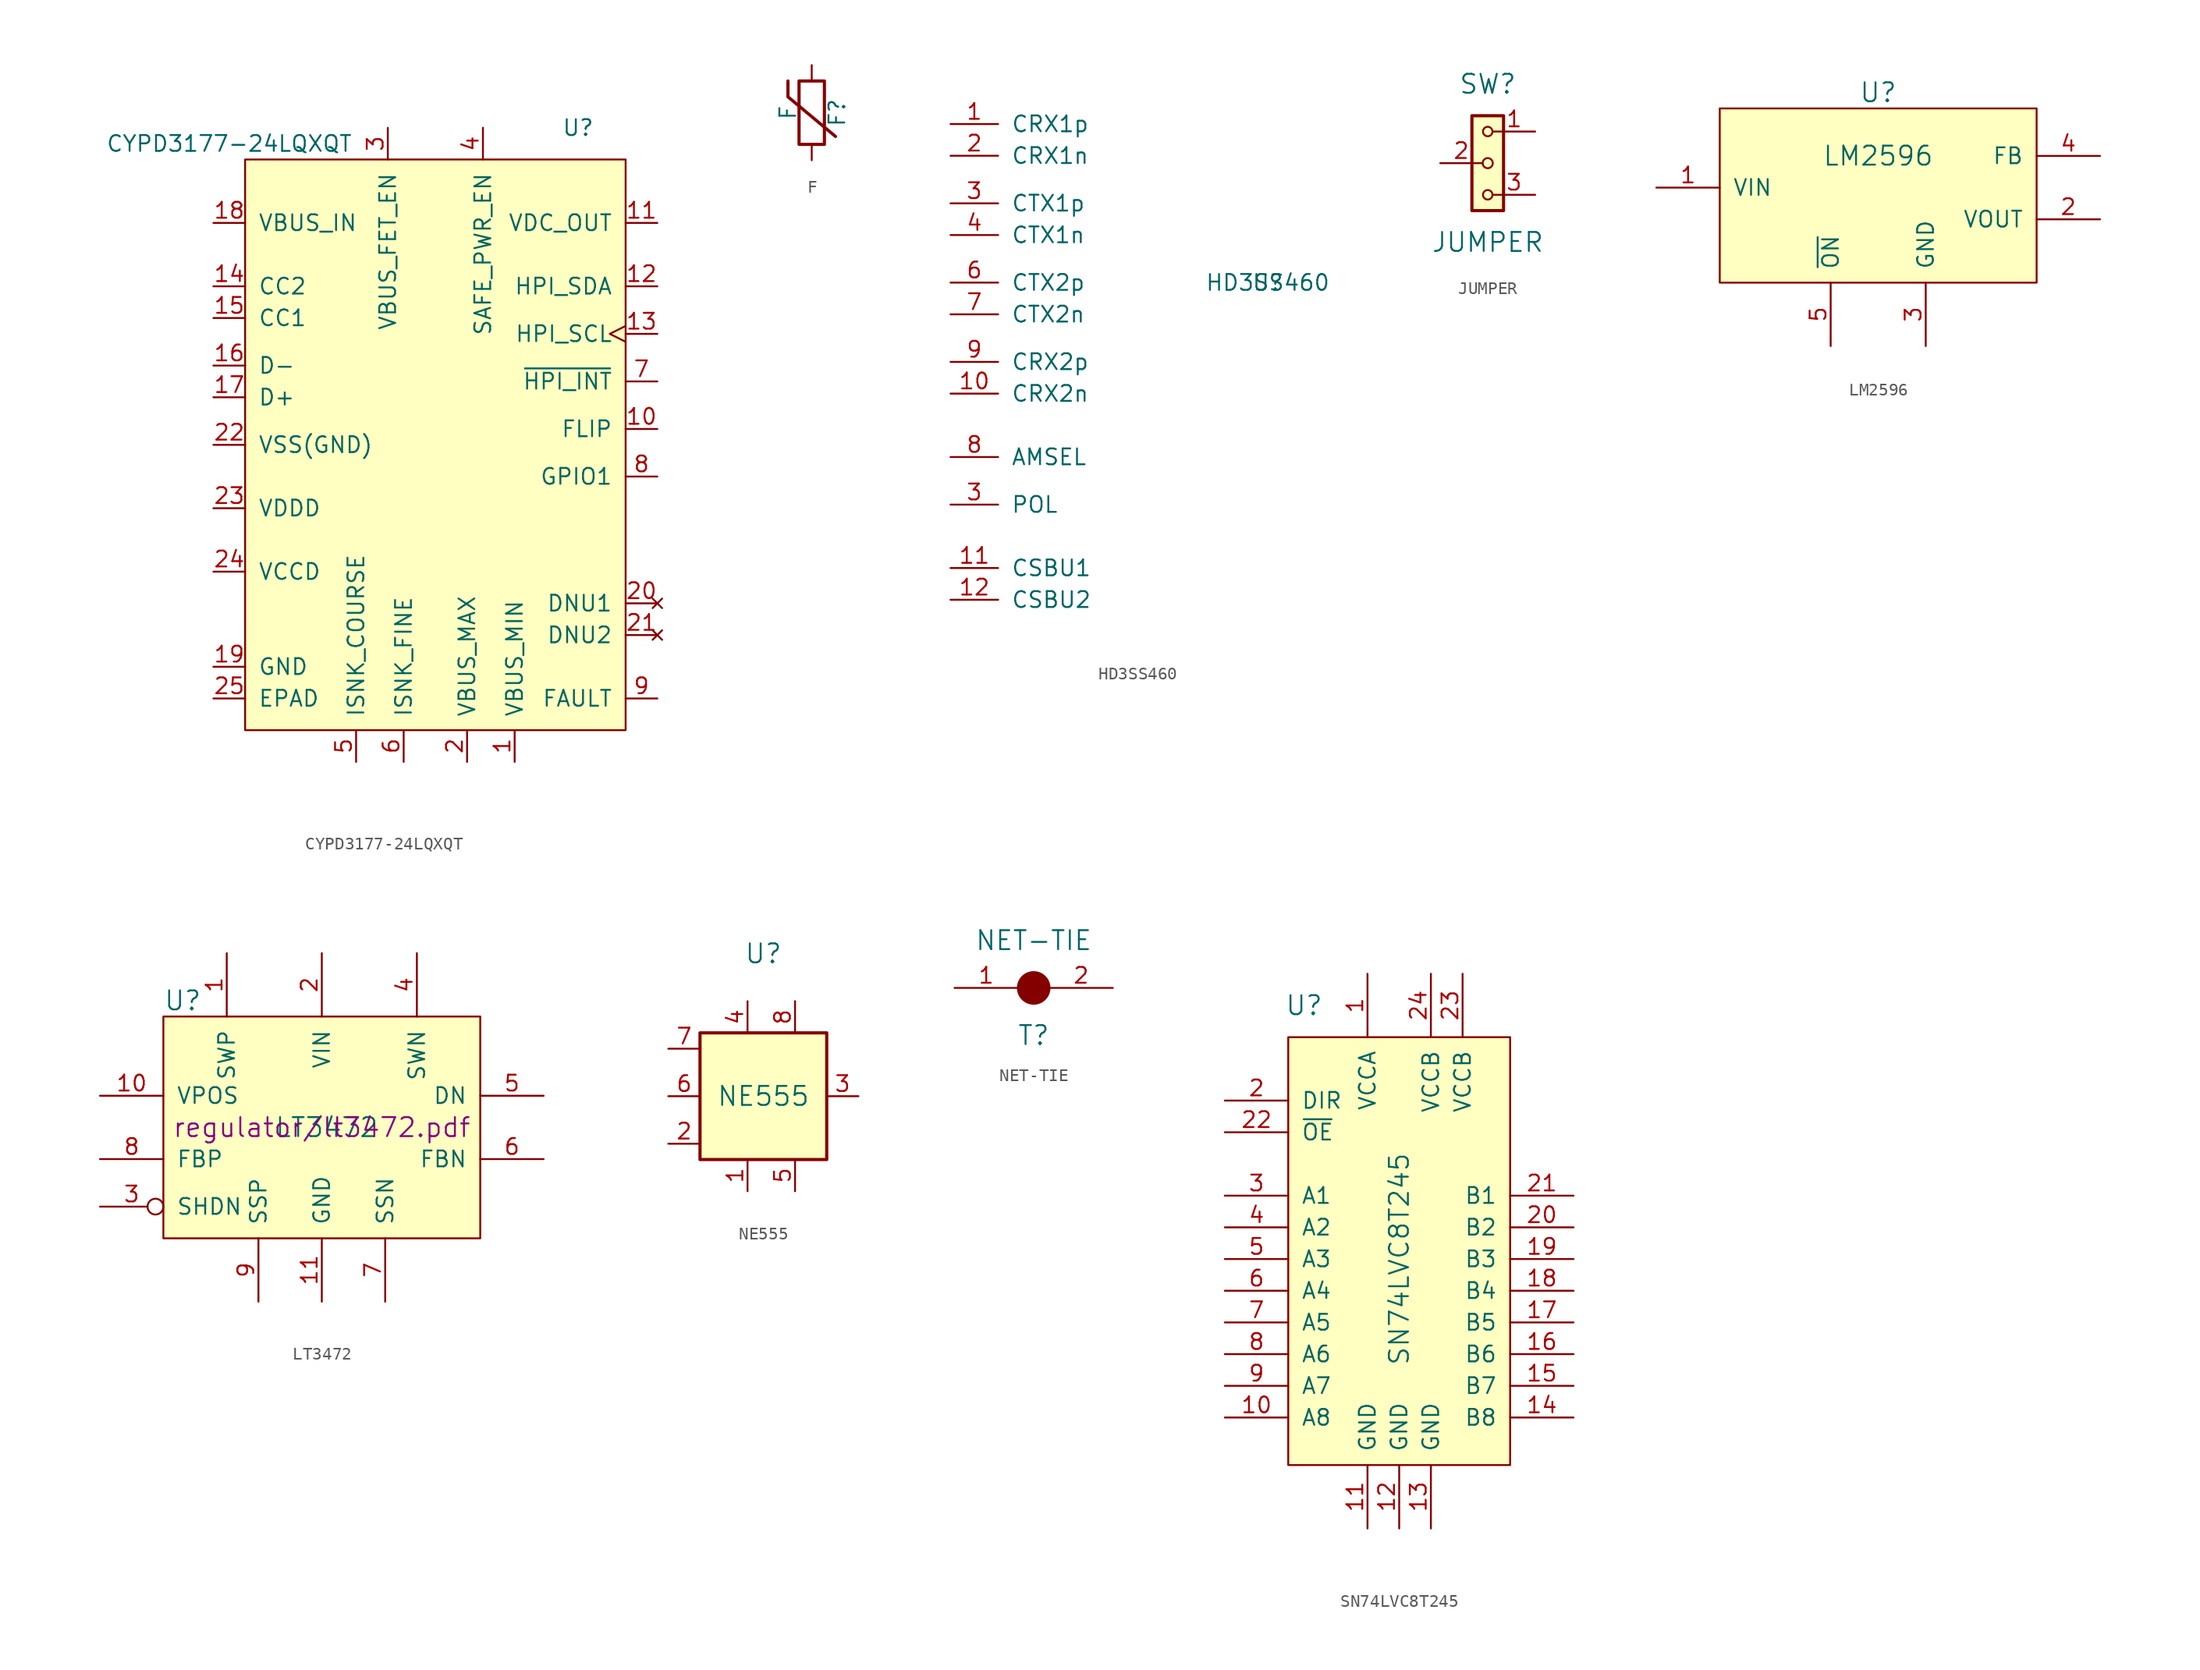
<source format=kicad_sym>
(kicad_symbol_lib
  (version 20231120)
  (generator "kicad_symbol_editor")
  (generator_version "8.0")
  (symbol "CYPD3177-24LQXQT"
    (pin_names
      (offset 1.016))
    (property "Reference" "U"
      (at 11.43 26.67 0)
      (effects (font (size 1.27 1.27))))
    (property "Value" "CYPD3177-24LQXQT"
      (at -16.51 25.4 0)
      (effects (font (size 1.27 1.27))))
    (symbol "CYPD3177-24LQXQT_0_1"
      (rectangle (start -15.24 24.13) (end 15.24 -21.59) (stroke (width 0) (type default)) (fill (type background))))
    (symbol "CYPD3177-24LQXQT_1_1"
      (pin passive line (at 6.35 -24.13 90) (length 2.54) (name "VBUS_MIN" (effects (font (size 1.27 1.27)))) (number "1" (effects (font (size 1.27 1.27)))))
      (pin open_emitter line (at 17.78 2.54 180) (length 2.54) (name "FLIP" (effects (font (size 1.27 1.27)))) (number "10" (effects (font (size 1.27 1.27)))))
      (pin input line (at 17.78 19.05 180) (length 2.54) (name "VDC_OUT" (effects (font (size 1.27 1.27)))) (number "11" (effects (font (size 1.27 1.27)))))
      (pin bidirectional line (at 17.78 13.97 180) (length 2.54) (name "HPI_SDA" (effects (font (size 1.27 1.27)))) (number "12" (effects (font (size 1.27 1.27)))))
      (pin input clock (at 17.78 10.16 180) (length 2.54) (name "HPI_SCL" (effects (font (size 1.27 1.27)))) (number "13" (effects (font (size 1.27 1.27)))))
      (pin input line (at -17.78 13.97 0) (length 2.54) (name "CC2" (effects (font (size 1.27 1.27)))) (number "14" (effects (font (size 1.27 1.27)))))
      (pin input line (at -17.78 11.43 0) (length 2.54) (name "CC1" (effects (font (size 1.27 1.27)))) (number "15" (effects (font (size 1.27 1.27)))))
      (pin bidirectional line (at -17.78 7.62 0) (length 2.54) (name "D-" (effects (font (size 1.27 1.27)))) (number "16" (effects (font (size 1.27 1.27)))))
      (pin bidirectional line (at -17.78 5.08 0) (length 2.54) (name "D+" (effects (font (size 1.27 1.27)))) (number "17" (effects (font (size 1.27 1.27)))))
      (pin power_in line (at -17.78 19.05 0) (length 2.54) (name "VBUS_IN" (effects (font (size 1.27 1.27)))) (number "18" (effects (font (size 1.27 1.27)))))
      (pin power_in line (at -17.78 -16.51 0) (length 2.54) (name "GND" (effects (font (size 1.27 1.27)))) (number "19" (effects (font (size 1.27 1.27)))))
      (pin passive line (at 2.54 -24.13 90) (length 2.54) (name "VBUS_MAX" (effects (font (size 1.27 1.27)))) (number "2" (effects (font (size 1.27 1.27)))))
      (pin no_connect line (at 17.78 -11.43 180) (length 2.54) (name "DNU1" (effects (font (size 1.27 1.27)))) (number "20" (effects (font (size 1.27 1.27)))))
      (pin no_connect line (at 17.78 -13.97 180) (length 2.54) (name "DNU2" (effects (font (size 1.27 1.27)))) (number "21" (effects (font (size 1.27 1.27)))))
      (pin power_in line (at -17.78 1.27 0) (length 2.54) (name "VSS(GND)" (effects (font (size 1.27 1.27)))) (number "22" (effects (font (size 1.27 1.27)))))
      (pin output line (at -17.78 -3.81 0) (length 2.54) (name "VDDD" (effects (font (size 1.27 1.27)))) (number "23" (effects (font (size 1.27 1.27)))))
      (pin output line (at -17.78 -8.89 0) (length 2.54) (name "VCCD" (effects (font (size 1.27 1.27)))) (number "24" (effects (font (size 1.27 1.27)))))
      (pin power_in line (at -17.78 -19.05 0) (length 2.54) (name "EPAD" (effects (font (size 1.27 1.27)))) (number "25" (effects (font (size 1.27 1.27)))))
      (pin output line (at -3.81 26.67 270) (length 2.54) (name "VBUS_FET_EN" (effects (font (size 1.27 1.27)))) (number "3" (effects (font (size 1.27 1.27)))))
      (pin output line (at 3.81 26.67 270) (length 2.54) (name "SAFE_PWR_EN" (effects (font (size 1.27 1.27)))) (number "4" (effects (font (size 1.27 1.27)))))
      (pin passive line (at -6.35 -24.13 90) (length 2.54) (name "ISNK_COURSE" (effects (font (size 1.27 1.27)))) (number "5" (effects (font (size 1.27 1.27)))))
      (pin passive line (at -2.54 -24.13 90) (length 2.54) (name "ISNK_FINE" (effects (font (size 1.27 1.27)))) (number "6" (effects (font (size 1.27 1.27)))))
      (pin tri_state line (at 17.78 6.35 180) (length 2.54) (name "~{HPI_INT}" (effects (font (size 1.27 1.27)))) (number "7" (effects (font (size 1.27 1.27)))))
      (pin tri_state line (at 17.78 -1.27 180) (length 2.54) (name "GPIO1" (effects (font (size 1.27 1.27)))) (number "8" (effects (font (size 1.27 1.27)))))
      (pin input line (at 17.78 -19.05 180) (length 2.54) (name "FAULT" (effects (font (size 1.27 1.27)))) (number "9" (effects (font (size 1.27 1.27)))))))
  (symbol "F"
    (pin_numbers hide)
    (pin_names
      (offset 0))
    (property "Reference" "F"
      (at 2.032 0 90)
      (effects (font (size 1.27 1.27))))
    (property "Value" "F"
      (at -1.905 0 90)
      (effects (font (size 1.27 1.27))))
    (property "Footprint" ""
      (at -1.778 0 90)
      (effects (font (size 1.27 1.27))))
    (property "Datasheet" ""
      (at 0 0 0)
      (effects (font (size 1.27 1.27))))
    (symbol "F_0_1"
      (rectangle (start -1.016 -2.54) (end 1.016 2.54) (stroke (width 0.254) (type default)) (fill (type none)))
      (polyline (pts (xy 1.905 -1.905) (xy -1.905 1.27) (xy -1.905 2.54)) (stroke (width 0.254) (type default)) (fill (type none))))
    (symbol "F_1_1"
      (pin passive line (at 0 3.81 270) (length 1.27) (name "~" (effects (font (size 1.27 1.27)))) (number "1" (effects (font (size 1.27 1.27)))))
      (pin passive line (at 0 -3.81 90) (length 1.27) (name "~" (effects (font (size 1.27 1.27)))) (number "2" (effects (font (size 1.27 1.27)))))))
  (symbol "HD3SS460"
    (pin_names
      (offset 1.016))
    (property "Reference" "U"
      (at 0 0 0)
      (effects (font (size 1.27 1.27))))
    (property "Value" "HD3SS460"
      (at 0 0 0)
      (effects (font (size 1.27 1.27))))
    (symbol "HD3SS460_1_1"
      (pin bidirectional line (at -25.4 12.7 0) (length 3.81) (name "CRX1p" (effects (font (size 1.27 1.27)))) (number "1" (effects (font (size 1.27 1.27)))))
      (pin bidirectional line (at -25.4 -8.89 0) (length 3.81) (name "CRX2n" (effects (font (size 1.27 1.27)))) (number "10" (effects (font (size 1.27 1.27)))))
      (pin bidirectional line (at -25.4 -22.86 0) (length 3.81) (name "CSBU1" (effects (font (size 1.27 1.27)))) (number "11" (effects (font (size 1.27 1.27)))))
      (pin bidirectional line (at -25.4 -25.4 0) (length 3.81) (name "CSBU2" (effects (font (size 1.27 1.27)))) (number "12" (effects (font (size 1.27 1.27)))))
      (pin bidirectional line (at -25.4 10.16 0) (length 3.81) (name "CRX1n" (effects (font (size 1.27 1.27)))) (number "2" (effects (font (size 1.27 1.27)))))
      (pin bidirectional line (at -25.4 6.35 0) (length 3.81) (name "CTX1p" (effects (font (size 1.27 1.27)))) (number "3" (effects (font (size 1.27 1.27)))))
      (pin input line (at -25.4 -17.78 0) (length 3.81) (name "POL" (effects (font (size 1.27 1.27)))) (number "3" (effects (font (size 1.27 1.27)))))
      (pin bidirectional line (at -25.4 3.81 0) (length 3.81) (name "CTX1n" (effects (font (size 1.27 1.27)))) (number "4" (effects (font (size 1.27 1.27)))))
      (pin bidirectional line (at -25.4 0 0) (length 3.81) (name "CTX2p" (effects (font (size 1.27 1.27)))) (number "6" (effects (font (size 1.27 1.27)))))
      (pin bidirectional line (at -25.4 -2.54 0) (length 3.81) (name "CTX2n" (effects (font (size 1.27 1.27)))) (number "7" (effects (font (size 1.27 1.27)))))
      (pin passive line (at -25.4 -13.97 0) (length 3.81) (name "AMSEL" (effects (font (size 1.27 1.27)))) (number "8" (effects (font (size 1.27 1.27)))))
      (pin bidirectional line (at -25.4 -6.35 0) (length 3.81) (name "CRX2p" (effects (font (size 1.27 1.27)))) (number "9" (effects (font (size 1.27 1.27)))))))
  (symbol "JUMPER"
    (pin_names
      (offset 1.016))
    (property "Reference" "SW"
      (at 0 6.35 0)
      (effects (font (size 1.524 1.524))))
    (property "Value" "JUMPER"
      (at 0 -6.35 0)
      (effects (font (size 1.524 1.524))))
    (property "Footprint" ""
      (at 0 0 0)
      (effects (font (size 1.524 1.524))))
    (property "Datasheet" ""
      (at 0 0 0)
      (effects (font (size 1.524 1.524))))
    (symbol "JUMPER_0_1"
      (rectangle (start -1.27 3.81) (end 1.27 -3.81) (stroke (width 0.254) (type default)) (fill (type background)))
      (circle (center 0 -2.54) (radius 0.381) (stroke (width 0) (type default)) (fill (type none)))
      (circle (center 0 0) (radius 0.406) (stroke (width 0) (type default)) (fill (type none)))
      (circle (center 0 2.54) (radius 0.381) (stroke (width 0) (type default)) (fill (type none))))
    (symbol "JUMPER_1_1"
      (pin passive line (at 3.81 2.54 180) (length 3.378) (name "~" (effects (font (size 1.27 1.27)))) (number "1" (effects (font (size 1.27 1.27)))))
      (pin passive line (at -3.81 0 0) (length 3.378) (name "~" (effects (font (size 1.27 1.27)))) (number "2" (effects (font (size 1.27 1.27)))))
      (pin passive line (at 3.81 -2.54 180) (length 3.378) (name "~" (effects (font (size 1.27 1.27)))) (number "3" (effects (font (size 1.27 1.27)))))))
  (symbol "LM2596"
    (pin_names
      (offset 1.016))
    (property "Reference" "U"
      (at 0 7.62 0)
      (effects (font (size 1.524 1.524))))
    (property "Value" "LM2596"
      (at 0 2.54 0)
      (effects (font (size 1.524 1.524))))
    (property "Footprint" ""
      (at 0 0 0)
      (effects (font (size 1.524 1.524))))
    (property "Datasheet" ""
      (at 0 0 0)
      (effects (font (size 1.524 1.524))))
    (symbol "LM2596_0_1"
      (rectangle (start -12.7 6.35) (end 12.7 -7.62) (stroke (width 0) (type default)) (fill (type background))))
    (symbol "LM2596_1_1"
      (pin input line (at -17.78 0 0) (length 5.08) (name "VIN" (effects (font (size 1.27 1.27)))) (number "1" (effects (font (size 1.27 1.27)))))
      (pin input line (at 17.78 -2.54 180) (length 5.08) (name "VOUT" (effects (font (size 1.27 1.27)))) (number "2" (effects (font (size 1.27 1.27)))))
      (pin input line (at 3.81 -12.7 90) (length 5.08) (name "GND" (effects (font (size 1.27 1.27)))) (number "3" (effects (font (size 1.27 1.27)))))
      (pin input line (at 17.78 2.54 180) (length 5.08) (name "FB" (effects (font (size 1.27 1.27)))) (number "4" (effects (font (size 1.27 1.27)))))
      (pin input line (at -3.81 -12.7 90) (length 5.08) (name "~{ON}" (effects (font (size 1.27 1.27)))) (number "5" (effects (font (size 1.27 1.27)))))))
  (symbol "LT3472"
    (pin_names
      (offset 1.016))
    (property "Reference" "U"
      (at -12.7 10.16 0)
      (effects (font (size 1.524 1.524)) (justify left)))
    (property "Value" "LT3472"
      (at -3.81 0 0)
      (effects (font (size 1.524 1.524)) (justify left)))
    (property "Footprint" ""
      (at 0 0 0)
      (effects (font (size 1.524 1.524))))
    (property "Datasheet" "regulator/lt3472.pdf"
      (at 0 0 0)
      (effects (font (size 1.524 1.524))))
    (symbol "LT3472_0_1"
      (rectangle (start -12.7 8.89) (end 12.7 -8.89) (stroke (width 0) (type default)) (fill (type background))))
    (symbol "LT3472_1_1"
      (pin input line (at -7.62 13.97 270) (length 5.08) (name "SWP" (effects (font (size 1.27 1.27)))) (number "1" (effects (font (size 1.27 1.27)))))
      (pin output line (at -17.78 2.54 0) (length 5.08) (name "VPOS" (effects (font (size 1.27 1.27)))) (number "10" (effects (font (size 1.27 1.27)))))
      (pin power_in line (at 0 -13.97 90) (length 5.08) (name "GND" (effects (font (size 1.27 1.27)))) (number "11" (effects (font (size 1.27 1.27)))))
      (pin power_in line (at 0 13.97 270) (length 5.08) (name "VIN" (effects (font (size 1.27 1.27)))) (number "2" (effects (font (size 1.27 1.27)))))
      (pin input inverted (at -17.78 -6.35 0) (length 5.08) (name "SHDN" (effects (font (size 1.27 1.27)))) (number "3" (effects (font (size 1.27 1.27)))))
      (pin input line (at 7.62 13.97 270) (length 5.08) (name "SWN" (effects (font (size 1.27 1.27)))) (number "4" (effects (font (size 1.27 1.27)))))
      (pin input line (at 17.78 2.54 180) (length 5.08) (name "DN" (effects (font (size 1.27 1.27)))) (number "5" (effects (font (size 1.27 1.27)))))
      (pin input line (at 17.78 -2.54 180) (length 5.08) (name "FBN" (effects (font (size 1.27 1.27)))) (number "6" (effects (font (size 1.27 1.27)))))
      (pin input line (at 5.08 -13.97 90) (length 5.08) (name "SSN" (effects (font (size 1.27 1.27)))) (number "7" (effects (font (size 1.27 1.27)))))
      (pin input line (at -17.78 -2.54 0) (length 5.08) (name "FBP" (effects (font (size 1.27 1.27)))) (number "8" (effects (font (size 1.27 1.27)))))
      (pin input line (at -5.08 -13.97 90) (length 5.08) (name "SSP" (effects (font (size 1.27 1.27)))) (number "9" (effects (font (size 1.27 1.27)))))))
  (symbol "NE555"
    (pin_names
      (offset 1.016))
    (property "Reference" "U"
      (at 0 11.43 0)
      (effects (font (size 1.524 1.524))))
    (property "Value" "NE555"
      (at 0 0 0)
      (effects (font (size 1.524 1.524))))
    (property "Footprint" ""
      (at 1.27 0 0)
      (effects (font (size 1.524 1.524))))
    (property "Datasheet" ""
      (at 1.27 0 0)
      (effects (font (size 1.524 1.524))))
    (symbol "NE555_0_1"
      (rectangle (start -5.08 5.08) (end 5.08 -5.08) (stroke (width 0.254) (type default)) (fill (type background))))
    (symbol "NE555_1_1"
      (pin input line (at -1.27 -7.62 90) (length 2.54) (name "~" (effects (font (size 1.27 1.27)))) (number "1" (effects (font (size 1.27 1.27)))))
      (pin input line (at -7.62 -3.81 0) (length 2.54) (name "~" (effects (font (size 1.27 1.27)))) (number "2" (effects (font (size 1.27 1.27)))))
      (pin input line (at 7.62 0 180) (length 2.54) (name "~" (effects (font (size 1.27 1.27)))) (number "3" (effects (font (size 1.27 1.27)))))
      (pin input line (at -1.27 7.62 270) (length 2.54) (name "~" (effects (font (size 1.27 1.27)))) (number "4" (effects (font (size 1.27 1.27)))))
      (pin input line (at 2.54 -7.62 90) (length 2.54) (name "~" (effects (font (size 1.27 1.27)))) (number "5" (effects (font (size 1.27 1.27)))))
      (pin input line (at -7.62 0 0) (length 2.54) (name "~" (effects (font (size 1.27 1.27)))) (number "6" (effects (font (size 1.27 1.27)))))
      (pin input line (at -7.62 3.81 0) (length 2.54) (name "~" (effects (font (size 1.27 1.27)))) (number "7" (effects (font (size 1.27 1.27)))))
      (pin input line (at 2.54 7.62 270) (length 2.54) (name "~" (effects (font (size 1.27 1.27)))) (number "8" (effects (font (size 1.27 1.27)))))))
  (symbol "NET-TIE"
    (pin_names
      (offset 1.016))
    (property "Reference" "T"
      (at 0 -3.81 0)
      (effects (font (size 1.524 1.524))))
    (property "Value" "NET-TIE"
      (at 0 3.81 0)
      (effects (font (size 1.524 1.524))))
    (property "Footprint" ""
      (at 0 3.81 0)
      (effects (font (size 1.524 1.524))))
    (property "Datasheet" ""
      (at 0 3.81 0)
      (effects (font (size 1.524 1.524))))
    (symbol "NET-TIE_0_1"
      (circle (center 0 0) (radius 1.27) (stroke (width 0) (type default)) (fill (type outline))))
    (symbol "NET-TIE_1_1"
      (pin input line (at -6.35 0 0) (length 5.08) (name "~" (effects (font (size 1.27 1.27)))) (number "1" (effects (font (size 1.27 1.27)))))
      (pin input line (at 6.35 0 180) (length 5.08) (name "~" (effects (font (size 1.27 1.27)))) (number "2" (effects (font (size 1.27 1.27)))))))
  (symbol "SN74LVC8T245"
    (pin_names
      (offset 1.016))
    (property "Reference" "U"
      (at -7.62 20.32 0)
      (effects (font (size 1.524 1.524))))
    (property "Value" "SN74LVC8T245"
      (at 0 0 90)
      (effects (font (size 1.524 1.524))))
    (property "Footprint" ""
      (at 0 7.62 0)
      (effects (font (size 1.524 1.524))))
    (property "Datasheet" ""
      (at 0 7.62 0)
      (effects (font (size 1.524 1.524))))
    (symbol "SN74LVC8T245_0_1"
      (rectangle (start -8.89 17.78) (end 8.89 -16.51) (stroke (width 0) (type default)) (fill (type background))))
    (symbol "SN74LVC8T245_1_1"
      (pin power_in line (at -2.54 22.86 270) (length 5.08) (name "VCCA" (effects (font (size 1.27 1.27)))) (number "1" (effects (font (size 1.27 1.27)))))
      (pin bidirectional line (at -13.97 -12.7 0) (length 5.08) (name "A8" (effects (font (size 1.27 1.27)))) (number "10" (effects (font (size 1.27 1.27)))))
      (pin power_in line (at -2.54 -21.59 90) (length 5.08) (name "GND" (effects (font (size 1.27 1.27)))) (number "11" (effects (font (size 1.27 1.27)))))
      (pin power_in line (at 0 -21.59 90) (length 5.08) (name "GND" (effects (font (size 1.27 1.27)))) (number "12" (effects (font (size 1.27 1.27)))))
      (pin power_in line (at 2.54 -21.59 90) (length 5.08) (name "GND" (effects (font (size 1.27 1.27)))) (number "13" (effects (font (size 1.27 1.27)))))
      (pin bidirectional line (at 13.97 -12.7 180) (length 5.08) (name "B8" (effects (font (size 1.27 1.27)))) (number "14" (effects (font (size 1.27 1.27)))))
      (pin bidirectional line (at 13.97 -10.16 180) (length 5.08) (name "B7" (effects (font (size 1.27 1.27)))) (number "15" (effects (font (size 1.27 1.27)))))
      (pin bidirectional line (at 13.97 -7.62 180) (length 5.08) (name "B6" (effects (font (size 1.27 1.27)))) (number "16" (effects (font (size 1.27 1.27)))))
      (pin bidirectional line (at 13.97 -5.08 180) (length 5.08) (name "B5" (effects (font (size 1.27 1.27)))) (number "17" (effects (font (size 1.27 1.27)))))
      (pin bidirectional line (at 13.97 -2.54 180) (length 5.08) (name "B4" (effects (font (size 1.27 1.27)))) (number "18" (effects (font (size 1.27 1.27)))))
      (pin bidirectional line (at 13.97 0 180) (length 5.08) (name "B3" (effects (font (size 1.27 1.27)))) (number "19" (effects (font (size 1.27 1.27)))))
      (pin input line (at -13.97 12.7 0) (length 5.08) (name "DIR" (effects (font (size 1.27 1.27)))) (number "2" (effects (font (size 1.27 1.27)))))
      (pin bidirectional line (at 13.97 2.54 180) (length 5.08) (name "B2" (effects (font (size 1.27 1.27)))) (number "20" (effects (font (size 1.27 1.27)))))
      (pin bidirectional line (at 13.97 5.08 180) (length 5.08) (name "B1" (effects (font (size 1.27 1.27)))) (number "21" (effects (font (size 1.27 1.27)))))
      (pin input line (at -13.97 10.16 0) (length 5.08) (name "~{OE}" (effects (font (size 1.27 1.27)))) (number "22" (effects (font (size 1.27 1.27)))))
      (pin power_in line (at 5.08 22.86 270) (length 5.08) (name "VCCB" (effects (font (size 1.27 1.27)))) (number "23" (effects (font (size 1.27 1.27)))))
      (pin power_in line (at 2.54 22.86 270) (length 5.08) (name "VCCB" (effects (font (size 1.27 1.27)))) (number "24" (effects (font (size 1.27 1.27)))))
      (pin bidirectional line (at -13.97 5.08 0) (length 5.08) (name "A1" (effects (font (size 1.27 1.27)))) (number "3" (effects (font (size 1.27 1.27)))))
      (pin bidirectional line (at -13.97 2.54 0) (length 5.08) (name "A2" (effects (font (size 1.27 1.27)))) (number "4" (effects (font (size 1.27 1.27)))))
      (pin bidirectional line (at -13.97 0 0) (length 5.08) (name "A3" (effects (font (size 1.27 1.27)))) (number "5" (effects (font (size 1.27 1.27)))))
      (pin bidirectional line (at -13.97 -2.54 0) (length 5.08) (name "A4" (effects (font (size 1.27 1.27)))) (number "6" (effects (font (size 1.27 1.27)))))
      (pin bidirectional line (at -13.97 -5.08 0) (length 5.08) (name "A5" (effects (font (size 1.27 1.27)))) (number "7" (effects (font (size 1.27 1.27)))))
      (pin bidirectional line (at -13.97 -7.62 0) (length 5.08) (name "A6" (effects (font (size 1.27 1.27)))) (number "8" (effects (font (size 1.27 1.27)))))
      (pin bidirectional line (at -13.97 -10.16 0) (length 5.08) (name "A7" (effects (font (size 1.27 1.27)))) (number "9" (effects (font (size 1.27 1.27))))))))
</source>
